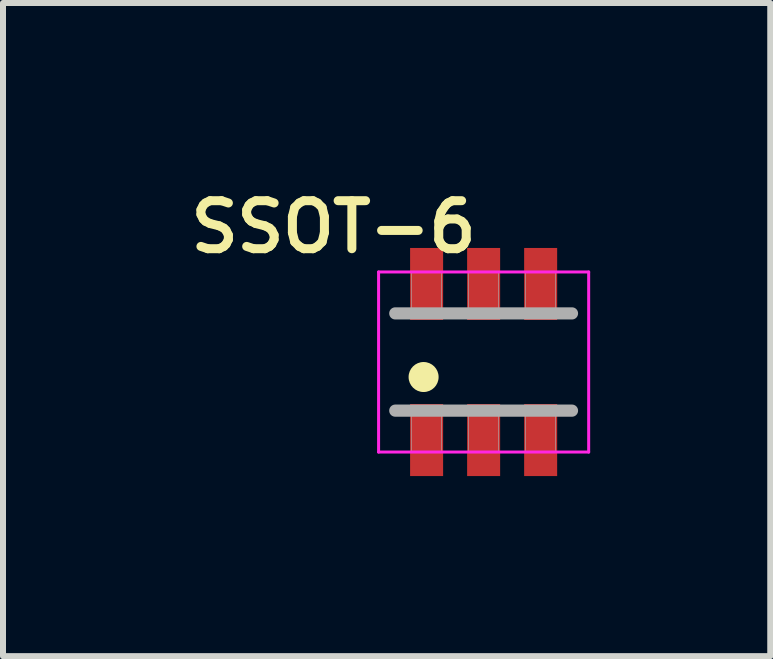
<source format=kicad_pcb>
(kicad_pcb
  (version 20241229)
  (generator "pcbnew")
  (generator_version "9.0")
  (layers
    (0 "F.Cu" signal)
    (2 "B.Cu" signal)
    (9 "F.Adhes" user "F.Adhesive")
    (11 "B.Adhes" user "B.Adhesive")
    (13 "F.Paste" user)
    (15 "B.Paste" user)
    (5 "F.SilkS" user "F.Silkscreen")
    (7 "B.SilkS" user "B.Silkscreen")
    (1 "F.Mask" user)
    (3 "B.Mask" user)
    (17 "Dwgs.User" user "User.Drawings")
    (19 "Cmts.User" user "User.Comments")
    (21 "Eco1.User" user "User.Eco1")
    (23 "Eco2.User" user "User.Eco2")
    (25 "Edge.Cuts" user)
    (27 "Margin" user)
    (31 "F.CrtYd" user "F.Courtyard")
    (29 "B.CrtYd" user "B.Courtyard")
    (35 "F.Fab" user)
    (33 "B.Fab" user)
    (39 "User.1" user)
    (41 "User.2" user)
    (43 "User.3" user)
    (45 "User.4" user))
  (footprint "SSOT-6"
    (layer "F.Cu")
    (at 5.007 2.981)
    (property "Reference" "SSOT-6" (at -2.5 -2.25 180) (layer "F.SilkS") (effects (font (size 0.8 0.8) (thickness 0.15))))
    (attr smd)
    (fp_circle (center -1 0.25) (end -0.75 0.25) (stroke (width 0) (type solid)) (fill yes) (layer "F.SilkS"))
    (fp_line (start -1.75 -1.5) (end 1.75 -1.5) (stroke (width 0.05) (type default)) (layer "F.CrtYd"))
    (fp_line (start -1.75 1.5) (end -1.75 -1.5) (stroke (width 0.05) (type default)) (layer "F.CrtYd"))
    (fp_line (start 1.75 -1.5) (end 1.75 1.5) (stroke (width 0.05) (type default)) (layer "F.CrtYd"))
    (fp_line (start 1.75 1.5) (end -1.75 1.5) (stroke (width 0.05) (type default)) (layer "F.CrtYd"))
    (fp_line (start -1.472 -0.81) (end 1.472 -0.81) (stroke (width 0.203) (type solid)) (layer "F.Fab"))
    (fp_line (start 1.472 0.81) (end -1.472 0.81) (stroke (width 0.203) (type solid)) (layer "F.Fab"))
    (fp_poly (pts (xy -1.201 -1.5) (xy -0.7 -1.5) (xy -0.7 -0.851) (xy -1.201 -0.851)) (stroke (width 0.01) (type solid)) (fill no) (layer "F.Fab"))
    (fp_poly (pts (xy -1.2 0.85) (xy -0.7 0.85) (xy -0.7 1.501) (xy -1.2 1.501)) (stroke (width 0.01) (type solid)) (fill no) (layer "F.Fab"))
    (fp_poly (pts (xy -0.25 0.85) (xy 0.25 0.85) (xy 0.25 1.5) (xy -0.25 1.5)) (stroke (width 0.01) (type solid)) (fill no) (layer "F.Fab"))
    (fp_poly (pts (xy -0.25 -1.5) (xy 0.25 -1.5) (xy 0.25 -0.85) (xy -0.25 -0.85)) (stroke (width 0.01) (type solid)) (fill no) (layer "F.Fab"))
    (fp_poly (pts (xy 0.7 -1.5) (xy 1.2 -1.5) (xy 1.2 -0.85) (xy 0.7 -0.85)) (stroke (width 0.01) (type solid)) (fill no) (layer "F.Fab"))
    (fp_poly (pts (xy 0.7 0.85) (xy 1.2 0.85) (xy 1.2 1.5) (xy 0.7 1.5)) (stroke (width 0.01) (type solid)) (fill no) (layer "F.Fab"))
    (pad "1" smd rect (at -0.95 1.3) (size 0.55 1.2) (layers "F.Cu" "F.Mask" "F.Paste"))
    (pad "2" smd rect (at 0 1.3) (size 0.55 1.2) (layers "F.Cu" "F.Mask" "F.Paste"))
    (pad "3" smd rect (at 0.95 1.3) (size 0.55 1.2) (layers "F.Cu" "F.Mask" "F.Paste"))
    (pad "4" smd rect (at 0.95 -1.3) (size 0.55 1.2) (layers "F.Cu" "F.Mask" "F.Paste"))
    (pad "5" smd rect (at 0 -1.3) (size 0.55 1.2) (layers "F.Cu" "F.Mask" "F.Paste"))
    (pad "6" smd rect (at -0.95 -1.3) (size 0.55 1.2) (layers "F.Cu" "F.Mask" "F.Paste")))
  (gr_rect
    (start -3 -3)
    (end 9.782 7.881)
    (stroke (width 0.1) (type default))
    (fill no)
    (layer "Edge.Cuts")))
</source>
